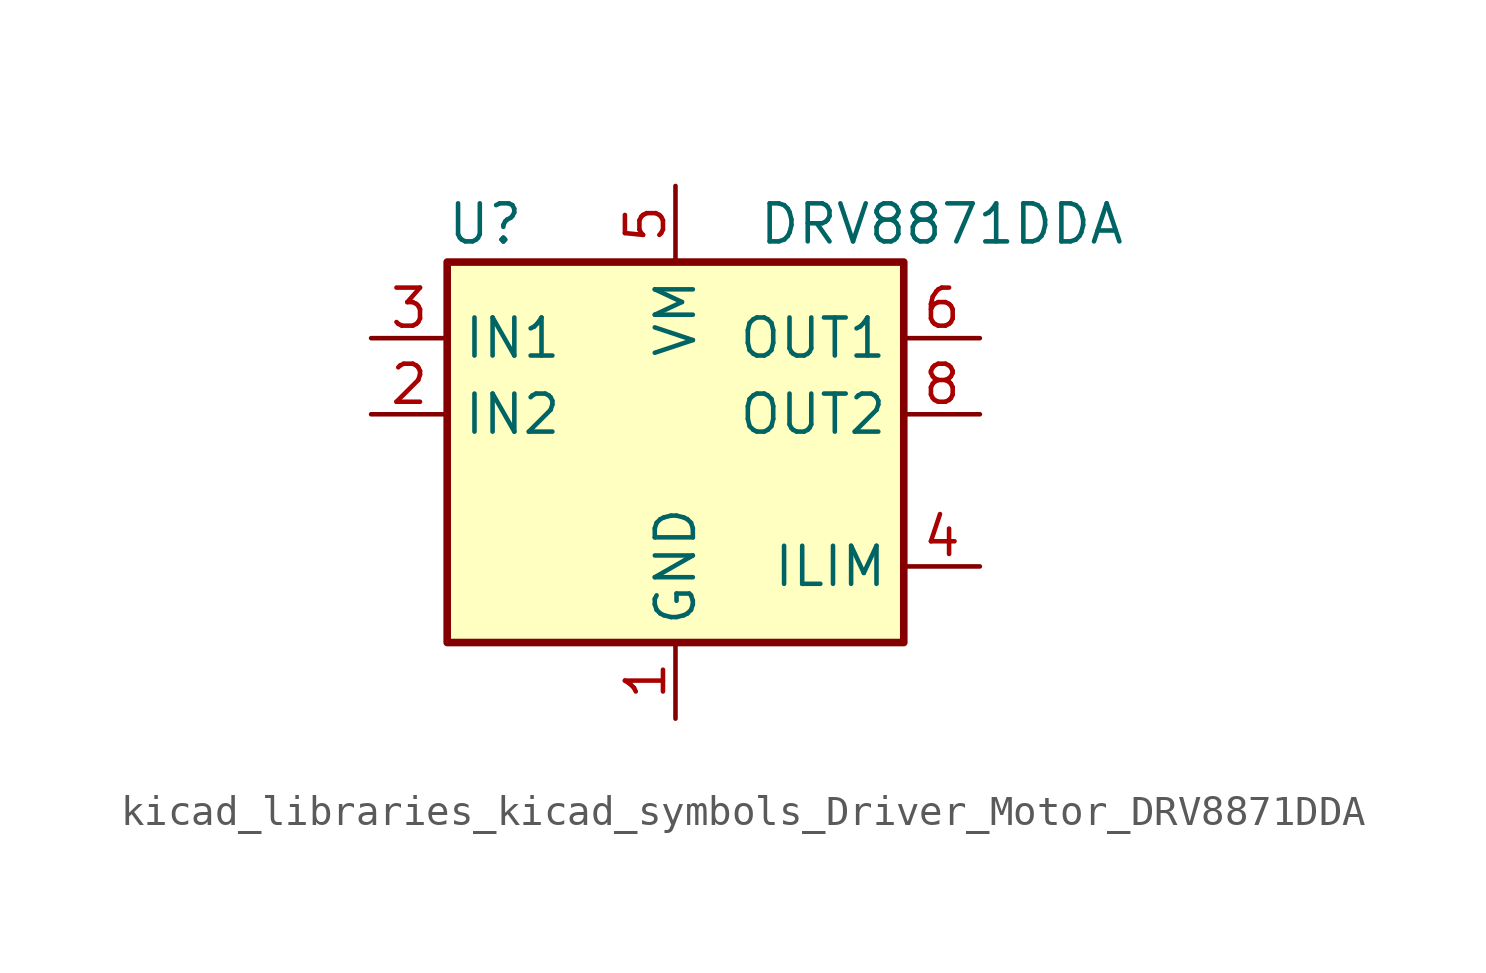
<source format=kicad_sym>
(kicad_symbol_lib
  (version 20220914)
  (generator kicad_symbol_editor)
  (symbol "kicad_libraries_kicad_symbols_Driver_Motor_DRV8871DDA"
    (property "Reference" "U"
      (at -6.35 6.35 0)
      (effects (font (size 1.27 1.27))))
    (property "Value" "DRV8871DDA"
      (at 8.89 6.35 0)
      (effects (font (size 1.27 1.27))))
    (symbol "kicad_libraries_kicad_symbols_Driver_Motor_DRV8871DDA_0_1"
      (rectangle (start -7.62 5.08) (end 7.62 -7.62) (stroke (width 0.254) (type default)) (fill (type background))))
    (symbol "kicad_libraries_kicad_symbols_Driver_Motor_DRV8871DDA_1_1"
      (pin power_in line (at 0 -10.16 90) (length 2.54) (name "GND" (effects (font (size 1.27 1.27)))) (number "1" (effects (font (size 1.27 1.27)))))
      (pin input line (at -10.16 0 0) (length 2.54) (name "IN2" (effects (font (size 1.27 1.27)))) (number "2" (effects (font (size 1.27 1.27)))))
      (pin input line (at -10.16 2.54 0) (length 2.54) (name "IN1" (effects (font (size 1.27 1.27)))) (number "3" (effects (font (size 1.27 1.27)))))
      (pin passive line (at 10.16 -5.08 180) (length 2.54) (name "ILIM" (effects (font (size 1.27 1.27)))) (number "4" (effects (font (size 1.27 1.27)))))
      (pin power_in line (at 0 7.62 270) (length 2.54) (name "VM" (effects (font (size 1.27 1.27)))) (number "5" (effects (font (size 1.27 1.27)))))
      (pin output line (at 10.16 2.54 180) (length 2.54) (name "OUT1" (effects (font (size 1.27 1.27)))) (number "6" (effects (font (size 1.27 1.27)))))
      (pin passive line (at 0 -10.16 90) (length 2.54) hide (name "GND" (effects (font (size 1.27 1.27)))) (number "7" (effects (font (size 1.27 1.27)))))
      (pin output line (at 10.16 0 180) (length 2.54) (name "OUT2" (effects (font (size 1.27 1.27)))) (number "8" (effects (font (size 1.27 1.27)))))
      (pin passive line (at 0 -10.16 90) (length 2.54) hide (name "GND" (effects (font (size 1.27 1.27)))) (number "9" (effects (font (size 1.27 1.27))))))))
</source>
